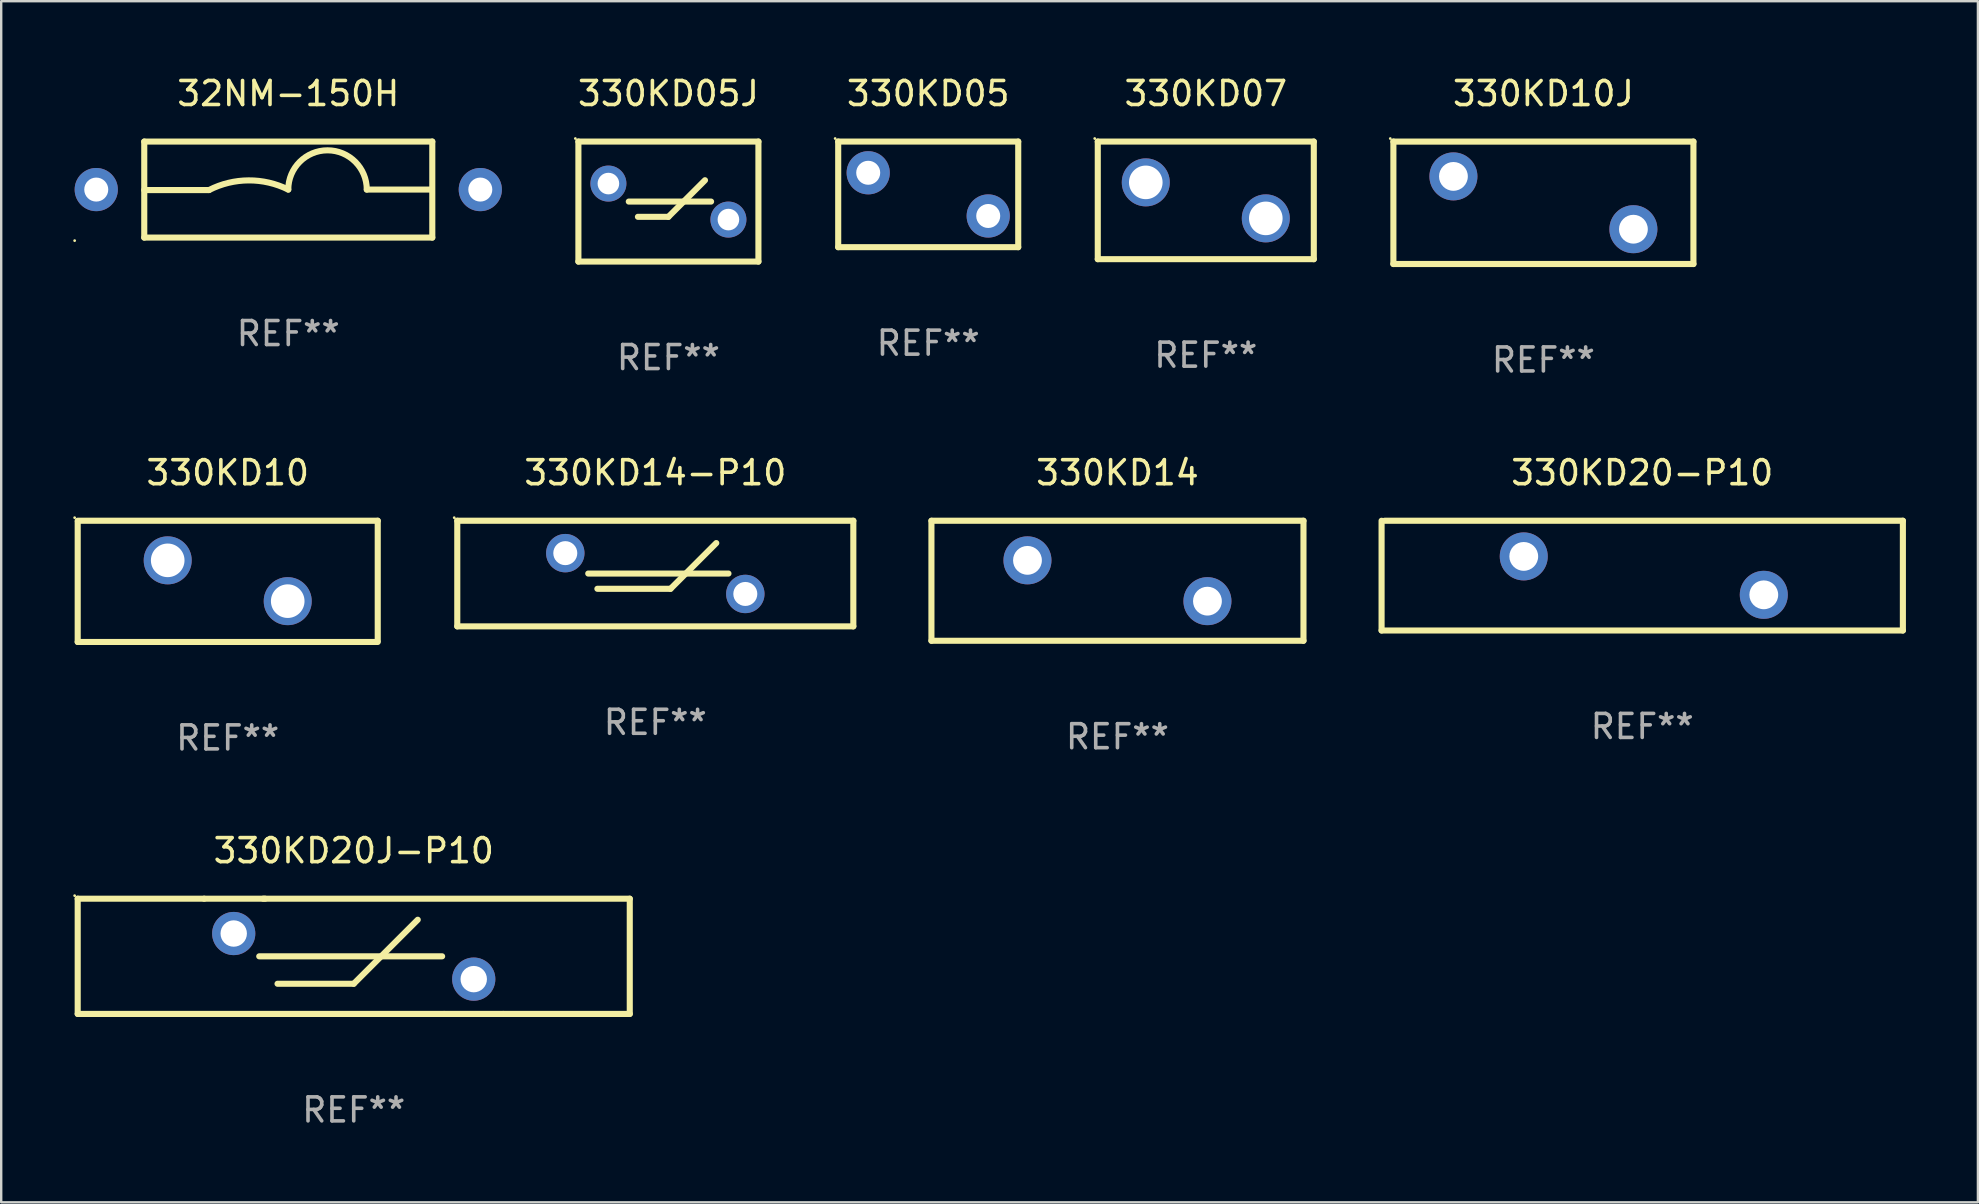
<source format=kicad_pcb>
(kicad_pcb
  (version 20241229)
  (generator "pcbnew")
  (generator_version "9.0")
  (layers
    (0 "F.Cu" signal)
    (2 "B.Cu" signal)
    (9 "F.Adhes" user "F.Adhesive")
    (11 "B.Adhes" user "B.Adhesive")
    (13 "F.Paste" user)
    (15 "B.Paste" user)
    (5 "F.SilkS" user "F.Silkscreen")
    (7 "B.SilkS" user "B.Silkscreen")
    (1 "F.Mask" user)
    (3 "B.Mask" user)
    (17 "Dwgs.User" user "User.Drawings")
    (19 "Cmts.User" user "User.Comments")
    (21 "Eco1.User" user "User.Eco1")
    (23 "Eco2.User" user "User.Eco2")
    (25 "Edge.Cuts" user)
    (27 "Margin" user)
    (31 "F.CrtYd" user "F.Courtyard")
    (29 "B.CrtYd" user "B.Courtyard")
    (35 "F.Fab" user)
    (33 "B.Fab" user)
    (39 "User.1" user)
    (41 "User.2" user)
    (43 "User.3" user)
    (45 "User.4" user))
  (footprint "330KD07"
    (layer "F.Cu")
    (at 47.185 5.298)
    (property "Reference" "330KD07" (at 0 -4.45 0) (layer "F.SilkS") (effects (font (size 1 1) (thickness 0.15))))
    (attr through_hole)
    (fp_line (start -4.5 -2.45) (end 4.5 -2.45) (stroke (width 0.254) (type solid)) (layer "F.SilkS"))
    (fp_line (start -4.5 2.45) (end -4.5 -2.45) (stroke (width 0.254) (type solid)) (layer "F.SilkS"))
    (fp_line (start 4.5 -2.45) (end 4.5 2.45) (stroke (width 0.254) (type solid)) (layer "F.SilkS"))
    (fp_line (start 4.5 2.45) (end -4.5 2.45) (stroke (width 0.254) (type solid)) (layer "F.SilkS"))
    (fp_circle (center -4.627 -2.577) (end -4.597 -2.577) (stroke (width 0.06) (type solid)) (fill no) (layer "F.SilkS"))
    (fp_text user "REF**" (at 0 6.45 0) (layer "F.Fab") (effects (font (size 1 1) (thickness 0.15))))
    (pad "1" thru_hole circle (at -2.5 -0.75) (size 2 2) (drill 1.4) (layers "*.Cu" "*.Mask"))
    (pad "2" thru_hole circle (at 2.5 0.75) (size 2 2) (drill 1.4) (layers "*.Cu" "*.Mask")))
  (footprint "330KD14"
    (layer "F.Cu")
    (at 43.505 21.145)
    (property "Reference" "330KD14" (at 0 -4.5 0) (layer "F.SilkS") (effects (font (size 1 1) (thickness 0.15))))
    (attr through_hole)
    (fp_line (start -7.75 -2.5) (end 7.75 -2.5) (stroke (width 0.254) (type solid)) (layer "F.SilkS"))
    (fp_line (start -7.75 2.5) (end -7.75 -2.499) (stroke (width 0.254) (type solid)) (layer "F.SilkS"))
    (fp_line (start 7.75 -2.5) (end 7.75 2.5) (stroke (width 0.254) (type solid)) (layer "F.SilkS"))
    (fp_line (start 7.75 2.5) (end -7.75 2.5) (stroke (width 0.254) (type solid)) (layer "F.SilkS"))
    (fp_circle (center -7.75 -2.5) (end -7.72 -2.5) (stroke (width 0.06) (type solid)) (fill no) (layer "F.SilkS"))
    (fp_text user "REF**" (at 0 6.5 0) (layer "F.Fab") (effects (font (size 1 1) (thickness 0.15))))
    (pad "1" thru_hole circle (at -3.749 -0.85) (size 2 2) (drill 1.2) (layers "*.Cu" "*.Mask"))
    (pad "2" thru_hole circle (at 3.749 0.85) (size 2 2) (drill 1.2) (layers "*.Cu" "*.Mask")))
  (footprint "330KD05"
    (layer "F.Cu")
    (at 35.621 5.048)
    (property "Reference" "330KD05" (at 0 -4.2 0) (layer "F.SilkS") (effects (font (size 1 1) (thickness 0.15))))
    (attr through_hole)
    (fp_line (start -3.75 -2.2) (end 3.75 -2.2) (stroke (width 0.254) (type solid)) (layer "F.SilkS"))
    (fp_line (start -3.75 2.2) (end -3.75 -2.2) (stroke (width 0.254) (type solid)) (layer "F.SilkS"))
    (fp_line (start 3.75 -2.2) (end 3.75 2.2) (stroke (width 0.254) (type solid)) (layer "F.SilkS"))
    (fp_line (start 3.75 2.2) (end -3.75 2.2) (stroke (width 0.254) (type solid)) (layer "F.SilkS"))
    (fp_circle (center -3.877 -2.327) (end -3.847 -2.327) (stroke (width 0.06) (type solid)) (fill no) (layer "F.SilkS"))
    (fp_text user "REF**" (at 0 6.2 0) (layer "F.Fab") (effects (font (size 1 1) (thickness 0.15))))
    (pad "1" thru_hole circle (at -2.5 -0.9) (size 1.8 1.8) (drill 1) (layers "*.Cu" "*.Mask"))
    (pad "2" thru_hole circle (at 2.5 0.9) (size 1.8 1.8) (drill 1) (layers "*.Cu" "*.Mask")))
  (footprint "330KD10"
    (layer "F.Cu")
    (at 6.437 21.17)
    (property "Reference" "330KD10" (at 0 -4.525 0) (layer "F.SilkS") (effects (font (size 1 1) (thickness 0.15))))
    (attr through_hole)
    (fp_line (start -6.25 -2.525) (end 6.25 -2.525) (stroke (width 0.254) (type solid)) (layer "F.SilkS"))
    (fp_line (start -6.25 2.525) (end -6.25 -2.475) (stroke (width 0.254) (type solid)) (layer "F.SilkS"))
    (fp_line (start 6.25 -2.525) (end 6.25 2.475) (stroke (width 0.254) (type solid)) (layer "F.SilkS"))
    (fp_line (start 6.25 2.525) (end -6.25 2.525) (stroke (width 0.254) (type solid)) (layer "F.SilkS"))
    (fp_circle (center -6.377 -2.652) (end -6.347 -2.652) (stroke (width 0.06) (type solid)) (fill no) (layer "F.SilkS"))
    (fp_text user "REF**" (at 0 6.525 0) (layer "F.Fab") (effects (font (size 1 1) (thickness 0.15))))
    (pad "1" thru_hole circle (at -2.5 -0.875) (size 2 2) (drill 1.4) (layers "*.Cu" "*.Mask"))
    (pad "2" thru_hole circle (at 2.5 0.825) (size 2 2) (drill 1.4) (layers "*.Cu" "*.Mask")))
  (footprint "330KD05J"
    (layer "F.Cu")
    (at 24.797 5.348)
    (property "Reference" "330KD05J" (at 0 -4.5 0) (layer "F.SilkS") (effects (font (size 1 1) (thickness 0.15))))
    (attr through_hole)
    (fp_line (start -3.75 -2.5) (end 3.75 -2.5) (stroke (width 0.254) (type solid)) (layer "F.SilkS"))
    (fp_line (start -3.75 2.5) (end -3.75 -2.5) (stroke (width 0.254) (type solid)) (layer "F.SilkS"))
    (fp_line (start -3.75 2.5) (end 3.75 2.5) (stroke (width 0.254) (type solid)) (layer "F.SilkS"))
    (fp_line (start -1.651 0) (end 1.778 0) (stroke (width 0.254) (type solid)) (layer "F.SilkS"))
    (fp_line (start -1.27 0.635) (end 0.000127 0.635) (stroke (width 0.254) (type solid)) (layer "F.SilkS"))
    (fp_line (start 0.000127 0.635) (end 1.524 -0.889) (stroke (width 0.254) (type solid)) (layer "F.SilkS"))
    (fp_line (start 3.75 -2.5) (end 3.75 2.5) (stroke (width 0.254) (type solid)) (layer "F.SilkS"))
    (fp_circle (center -3.877 -2.627) (end -3.847 -2.627) (stroke (width 0.06) (type solid)) (fill no) (layer "F.SilkS"))
    (fp_text user "REF**" (at 0 6.5 0) (layer "F.Fab") (effects (font (size 1 1) (thickness 0.15))))
    (pad "1" thru_hole circle (at -2.5 -0.75) (size 1.5 1.5) (drill 0.9) (layers "*.Cu" "*.Mask"))
    (pad "2" thru_hole circle (at 2.5 0.75) (size 1.5 1.5) (drill 0.9) (layers "*.Cu" "*.Mask")))
  (footprint "330KD20-P10"
    (layer "F.Cu")
    (at 65.368 20.931)
    (property "Reference" "330KD20-P10" (at 0 -4.286 0) (layer "F.SilkS") (effects (font (size 1 1) (thickness 0.15))))
    (attr through_hole)
    (fp_line (start -10.859 2.286) (end -10.859 -2.286) (stroke (width 0.254) (type solid)) (layer "F.SilkS"))
    (fp_line (start -10.732 -2.286) (end 10.859 -2.286) (stroke (width 0.254) (type solid)) (layer "F.SilkS"))
    (fp_line (start 10.859 -2.286) (end 10.859 2.286) (stroke (width 0.254) (type solid)) (layer "F.SilkS"))
    (fp_line (start 10.859 2.286) (end -10.859 2.286) (stroke (width 0.254) (type solid)) (layer "F.SilkS"))
    (fp_circle (center -10.687 -2.3) (end -10.657 -2.3) (stroke (width 0.06) (type solid)) (fill no) (layer "F.SilkS"))
    (fp_text user "REF**" (at 0 6.286 0) (layer "F.Fab") (effects (font (size 1 1) (thickness 0.15))))
    (pad "1" thru_hole circle (at -4.936 -0.8) (size 2 2) (drill 1.2) (layers "*.Cu" "*.Mask"))
    (pad "2" thru_hole circle (at 5.064 0.8) (size 2 2) (drill 1.2) (layers "*.Cu" "*.Mask")))
  (footprint "330KD14-P10"
    (layer "F.Cu")
    (at 24.251 20.845)
    (property "Reference" "330KD14-P10" (at 0 -4.2 0) (layer "F.SilkS") (effects (font (size 1 1) (thickness 0.15))))
    (attr through_hole)
    (fp_line (start -8.25 -2.2) (end -8.25 2.2) (stroke (width 0.254) (type solid)) (layer "F.SilkS"))
    (fp_line (start -8.25 -2.2) (end 8.25 -2.2) (stroke (width 0.254) (type solid)) (layer "F.SilkS"))
    (fp_line (start -8.25 2.2) (end 8.25 2.2) (stroke (width 0.254) (type solid)) (layer "F.SilkS"))
    (fp_line (start -2.794 0) (end 3.048 0) (stroke (width 0.254) (type solid)) (layer "F.SilkS"))
    (fp_line (start -2.413 0.635) (end 0.635 0.635) (stroke (width 0.254) (type solid)) (layer "F.SilkS"))
    (fp_line (start 0.635 0.635) (end 2.54 -1.27) (stroke (width 0.254) (type solid)) (layer "F.SilkS"))
    (fp_line (start 8.25 -2.2) (end 8.25 2.2) (stroke (width 0.254) (type solid)) (layer "F.SilkS"))
    (fp_circle (center -8.377 -2.327) (end -8.347 -2.327) (stroke (width 0.06) (type solid)) (fill no) (layer "F.SilkS"))
    (fp_text user "REF**" (at 0 6.2 0) (layer "F.Fab") (effects (font (size 1 1) (thickness 0.15))))
    (pad "1" thru_hole circle (at -3.75 -0.85) (size 1.6 1.6) (drill 1) (layers "*.Cu" "*.Mask"))
    (pad "2" thru_hole circle (at 3.75 0.85) (size 1.6 1.6) (drill 1) (layers "*.Cu" "*.Mask")))
  (footprint "330KD10J"
    (layer "F.Cu")
    (at 61.25 5.399)
    (property "Reference" "330KD10J" (at 0 -4.55 0) (layer "F.SilkS") (effects (font (size 1 1) (thickness 0.15))))
    (attr through_hole)
    (fp_line (start -6.249 -2.55) (end 6.251 -2.55) (stroke (width 0.254) (type solid)) (layer "F.SilkS"))
    (fp_line (start -6.249 2.55) (end -6.249 -2.55) (stroke (width 0.254) (type solid)) (layer "F.SilkS"))
    (fp_line (start 6.251 -2.55) (end 6.251 2.55) (stroke (width 0.254) (type solid)) (layer "F.SilkS"))
    (fp_line (start 6.251 2.55) (end -6.251 2.55) (stroke (width 0.254) (type solid)) (layer "F.SilkS"))
    (fp_circle (center -6.378 -2.677) (end -6.348 -2.677) (stroke (width 0.06) (type solid)) (fill no) (layer "F.SilkS"))
    (fp_text user "REF**" (at 0 6.55 0) (layer "F.Fab") (effects (font (size 1 1) (thickness 0.15))))
    (pad "1" thru_hole circle (at -3.748 -1.1) (size 2 2) (drill 1.2) (layers "*.Cu" "*.Mask"))
    (pad "2" thru_hole circle (at 3.75 1.1) (size 2 2) (drill 1.2) (layers "*.Cu" "*.Mask")))
  (footprint "32NM-150H"
    (layer "F.Cu")
    (at 8.96 4.848)
    (property "Reference" "32NM-150H" (at 0 -4 0) (layer "F.SilkS") (effects (font (size 1 1) (thickness 0.15))))
    (attr through_hole)
    (fp_line (start -6 -2) (end 6 -2) (stroke (width 0.254) (type solid)) (layer "F.SilkS"))
    (fp_line (start -6 0.02) (end -3.302 0.02) (stroke (width 0.254) (type solid)) (layer "F.SilkS"))
    (fp_line (start -6 2) (end -6 -2) (stroke (width 0.254) (type solid)) (layer "F.SilkS"))
    (fp_line (start 5.969 0) (end 3.271 0) (stroke (width 0.254) (type solid)) (layer "F.SilkS"))
    (fp_line (start 6 -2) (end 6 2) (stroke (width 0.254) (type solid)) (layer "F.SilkS"))
    (fp_line (start 6 2) (end -6 2) (stroke (width 0.254) (type solid)) (layer "F.SilkS"))
    (fp_arc (start -3.302007 0.020218) (mid -1.653409 -0.382715) (end 0 0) (stroke (width 0.254001) (type solid)) (layer "F.SilkS"))
    (fp_arc (start 0.000001 0) (mid 1.635497 -1.634823) (end 3.270993 0) (stroke (width 0.254001) (type solid)) (layer "F.SilkS"))
    (fp_circle (center -8.9 2.127) (end -8.87 2.127) (stroke (width 0.06) (type solid)) (fill no) (layer "F.SilkS"))
    (fp_text user "REF**" (at 0 6 0) (layer "F.Fab") (effects (font (size 1 1) (thickness 0.15))))
    (pad "1" thru_hole circle (at -8 0) (size 1.8 1.8) (drill 1) (layers "*.Cu" "*.Mask"))
    (pad "2" thru_hole circle (at 8 0) (size 1.8 1.8) (drill 1) (layers "*.Cu" "*.Mask")))
  (footprint "330KD20J-P10"
    (layer "F.Cu")
    (at 11.687 36.792)
    (property "Reference" "330KD20J-P10" (at 0 -4.4 0) (layer "F.SilkS") (effects (font (size 1 1) (thickness 0.15))))
    (attr through_hole)
    (fp_line (start -11.5 -2.4) (end -11.5 2.4) (stroke (width 0.254) (type solid)) (layer "F.SilkS"))
    (fp_line (start -11.5 -2.4) (end -6.231 -2.4) (stroke (width 0.254) (type solid)) (layer "F.SilkS"))
    (fp_line (start -11.5 2.4) (end 3.769 2.4) (stroke (width 0.254) (type solid)) (layer "F.SilkS"))
    (fp_line (start -6.231 -2.4) (end -3.695 -2.4) (stroke (width 0.254) (type solid)) (layer "F.SilkS"))
    (fp_line (start -3.937 -0.000013) (end 3.683 -0.000013) (stroke (width 0.254) (type solid)) (layer "F.SilkS"))
    (fp_line (start -3.769 -2.4) (end 11.5 -2.4) (stroke (width 0.254) (type solid)) (layer "F.SilkS"))
    (fp_line (start -3.175 1.143) (end 0.000013 1.143) (stroke (width 0.254) (type solid)) (layer "F.SilkS"))
    (fp_line (start 0.000013 1.143) (end 2.667 -1.524) (stroke (width 0.254) (type solid)) (layer "F.SilkS"))
    (fp_line (start 3.769 2.4) (end 6.231 2.4) (stroke (width 0.254) (type solid)) (layer "F.SilkS"))
    (fp_line (start 6.231 2.4) (end 11.5 2.4) (stroke (width 0.254) (type solid)) (layer "F.SilkS"))
    (fp_line (start 11.5 -2.4) (end 11.5 2.4) (stroke (width 0.254) (type solid)) (layer "F.SilkS"))
    (fp_circle (center -11.627 -2.527) (end -11.597 -2.527) (stroke (width 0.06) (type solid)) (fill no) (layer "F.SilkS"))
    (fp_text user "REF**" (at 0 6.4 0) (layer "F.Fab") (effects (font (size 1 1) (thickness 0.15))))
    (pad "1" thru_hole circle (at -5 -0.95) (size 1.8 1.8) (drill 1.1) (layers "*.Cu" "*.Mask"))
    (pad "2" thru_hole circle (at 5 0.95) (size 1.8 1.8) (drill 1.1) (layers "*.Cu" "*.Mask")))
  (gr_rect
    (start -3 -3)
    (end 79.353 47.04)
    (stroke (width 0.1) (type default))
    (fill no)
    (layer "Edge.Cuts")))
</source>
